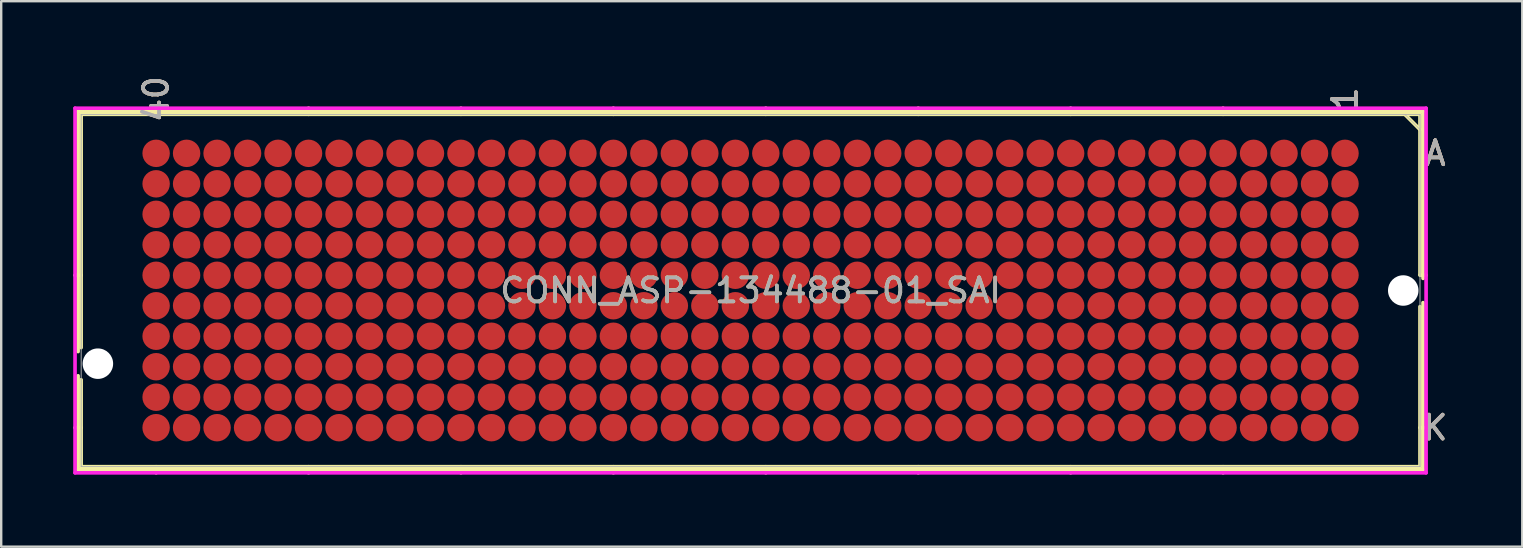
<source format=kicad_pcb>
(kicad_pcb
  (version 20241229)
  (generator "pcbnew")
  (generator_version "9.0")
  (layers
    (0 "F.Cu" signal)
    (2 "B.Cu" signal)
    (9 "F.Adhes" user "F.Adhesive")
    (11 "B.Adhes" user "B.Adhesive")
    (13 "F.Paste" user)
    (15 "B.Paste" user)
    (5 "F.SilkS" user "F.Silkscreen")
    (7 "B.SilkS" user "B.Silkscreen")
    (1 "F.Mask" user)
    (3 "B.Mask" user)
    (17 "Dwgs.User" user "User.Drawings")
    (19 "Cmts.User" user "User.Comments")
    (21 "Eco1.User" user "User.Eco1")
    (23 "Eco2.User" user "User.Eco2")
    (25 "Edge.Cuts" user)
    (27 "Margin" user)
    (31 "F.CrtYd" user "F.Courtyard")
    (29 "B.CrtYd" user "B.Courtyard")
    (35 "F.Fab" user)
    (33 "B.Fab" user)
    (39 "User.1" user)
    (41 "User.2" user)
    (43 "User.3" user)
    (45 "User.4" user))
  (footprint "CONN_ASP-134488-01_SAI"
    (layer "F.Cu")
    (at 28.219 9.053)
    (property "Reference" "CONN_ASP-134488-01_SAI" (at 0 0 0) (unlocked yes) (layer "F.SilkS") (effects (font (size 1 1) (thickness 0.15))))
    (attr smd)
    (fp_line (start -28.016 -7.468) (end -28.016 2.543) (stroke (width 0.152) (type solid)) (layer "F.SilkS"))
    (fp_line (start -28.016 3.553) (end -28.016 7.468) (stroke (width 0.152) (type solid)) (layer "F.SilkS"))
    (fp_line (start -28.016 7.468) (end 28.016 7.468) (stroke (width 0.152) (type solid)) (layer "F.SilkS"))
    (fp_line (start -27.889 -7.341) (end -27.889 2.378) (stroke (width 0.152) (type solid)) (layer "F.SilkS"))
    (fp_line (start -27.889 -0.635) (end -28.143 -0.635) (stroke (width 0.152) (type solid)) (layer "F.SilkS"))
    (fp_line (start -27.889 3.718) (end -27.889 7.341) (stroke (width 0.152) (type solid)) (layer "F.SilkS"))
    (fp_line (start -27.889 5.715) (end -28.143 5.715) (stroke (width 0.152) (type solid)) (layer "F.SilkS"))
    (fp_line (start -24.765 -7.341) (end -24.765 -7.595) (stroke (width 0.152) (type solid)) (layer "F.SilkS"))
    (fp_line (start -24.765 7.341) (end -24.765 7.595) (stroke (width 0.152) (type solid)) (layer "F.SilkS"))
    (fp_line (start -18.415 -7.341) (end -18.415 -7.595) (stroke (width 0.152) (type solid)) (layer "F.SilkS"))
    (fp_line (start -18.415 7.341) (end -18.415 7.595) (stroke (width 0.152) (type solid)) (layer "F.SilkS"))
    (fp_line (start -12.065 -7.341) (end -12.065 -7.595) (stroke (width 0.152) (type solid)) (layer "F.SilkS"))
    (fp_line (start -12.065 7.341) (end -12.065 7.595) (stroke (width 0.152) (type solid)) (layer "F.SilkS"))
    (fp_line (start -5.715 -7.341) (end -5.715 -7.595) (stroke (width 0.152) (type solid)) (layer "F.SilkS"))
    (fp_line (start -5.715 7.341) (end -5.715 7.595) (stroke (width 0.152) (type solid)) (layer "F.SilkS"))
    (fp_line (start 0.635 -7.341) (end 0.635 -7.595) (stroke (width 0.152) (type solid)) (layer "F.SilkS"))
    (fp_line (start 0.635 7.341) (end 0.635 7.595) (stroke (width 0.152) (type solid)) (layer "F.SilkS"))
    (fp_line (start 6.985 -7.341) (end 6.985 -7.595) (stroke (width 0.152) (type solid)) (layer "F.SilkS"))
    (fp_line (start 6.985 7.341) (end 6.985 7.595) (stroke (width 0.152) (type solid)) (layer "F.SilkS"))
    (fp_line (start 13.335 -7.341) (end 13.335 -7.595) (stroke (width 0.152) (type solid)) (layer "F.SilkS"))
    (fp_line (start 13.335 7.341) (end 13.335 7.595) (stroke (width 0.152) (type solid)) (layer "F.SilkS"))
    (fp_line (start 19.685 -7.341) (end 19.685 -7.595) (stroke (width 0.152) (type solid)) (layer "F.SilkS"))
    (fp_line (start 19.685 7.341) (end 19.685 7.595) (stroke (width 0.152) (type solid)) (layer "F.SilkS"))
    (fp_line (start 27.889 -7.341) (end -27.889 -7.341) (stroke (width 0.152) (type solid)) (layer "F.SilkS"))
    (fp_line (start 27.889 -7.341) (end 27.889 -0.67) (stroke (width 0.152) (type solid)) (layer "F.SilkS"))
    (fp_line (start 27.889 -6.706) (end 27.254 -7.341) (stroke (width 0.152) (type solid)) (layer "F.SilkS"))
    (fp_line (start 27.889 -0.635) (end 28.143 -0.635) (stroke (width 0.152) (type solid)) (layer "F.SilkS"))
    (fp_line (start 27.889 0.67) (end 27.889 7.341) (stroke (width 0.152) (type solid)) (layer "F.SilkS"))
    (fp_line (start 27.889 5.715) (end 28.143 5.715) (stroke (width 0.152) (type solid)) (layer "F.SilkS"))
    (fp_line (start 27.889 7.341) (end -27.889 7.341) (stroke (width 0.152) (type solid)) (layer "F.SilkS"))
    (fp_line (start 28.016 -7.468) (end -28.016 -7.468) (stroke (width 0.152) (type solid)) (layer "F.SilkS"))
    (fp_line (start 28.016 -0.505) (end 28.016 -7.468) (stroke (width 0.152) (type solid)) (layer "F.SilkS"))
    (fp_line (start 28.016 7.468) (end 28.016 0.505) (stroke (width 0.152) (type solid)) (layer "F.SilkS"))
    (fp_poly (pts (xy -25.908 -6.858) (xy 25.908 -6.858) (xy 25.908 6.858) (xy -25.908 6.858)) (stroke (width 0.1) (type solid)) (fill no) (layer "Eco2.User"))
    (fp_line (start -28.143 -7.595) (end 28.143 -7.595) (stroke (width 0.152) (type solid)) (layer "F.CrtYd"))
    (fp_line (start -28.143 7.595) (end -28.143 -7.595) (stroke (width 0.152) (type solid)) (layer "F.CrtYd"))
    (fp_line (start 28.143 -7.595) (end 28.143 7.595) (stroke (width 0.152) (type solid)) (layer "F.CrtYd"))
    (fp_line (start 28.143 7.595) (end -28.143 7.595) (stroke (width 0.152) (type solid)) (layer "F.CrtYd"))
    (fp_line (start -27.889 -7.341) (end -27.889 7.341) (stroke (width 0.025) (type solid)) (layer "F.Fab"))
    (fp_line (start -27.889 -7.341) (end -27.889 7.341) (stroke (width 0.025) (type solid)) (layer "F.Fab"))
    (fp_line (start -27.889 7.341) (end 27.889 7.341) (stroke (width 0.025) (type solid)) (layer "F.Fab"))
    (fp_line (start 27.889 -7.341) (end -27.889 -7.341) (stroke (width 0.025) (type solid)) (layer "F.Fab"))
    (fp_line (start 27.889 -7.341) (end -27.889 -7.341) (stroke (width 0.025) (type solid)) (layer "F.Fab"))
    (fp_line (start 27.889 -7.341) (end 27.889 7.341) (stroke (width 0.025) (type solid)) (layer "F.Fab"))
    (fp_line (start 27.889 -6.706) (end 27.254 -7.341) (stroke (width 0.025) (type solid)) (layer "F.Fab"))
    (fp_line (start 27.889 7.341) (end -27.889 7.341) (stroke (width 0.025) (type solid)) (layer "F.Fab"))
    (fp_line (start 27.889 7.341) (end 27.889 -7.341) (stroke (width 0.025) (type solid)) (layer "F.Fab"))
    (fp_text user "40" (at -24.765 -7.976 90) (unlocked yes) (layer "F.SilkS") (effects (font (size 1 1) (thickness 0.15))))
    (fp_text user "1" (at 24.765 -7.976 90) (unlocked yes) (layer "F.SilkS") (effects (font (size 1 1) (thickness 0.15))))
    (fp_text user "K" (at 28.524 5.715 0) (unlocked yes) (layer "F.SilkS") (effects (font (size 1 1) (thickness 0.15))))
    (fp_text user "A" (at 28.524 -5.715 0) (unlocked yes) (layer "F.SilkS") (effects (font (size 1 1) (thickness 0.15))))
    (fp_text user "K" (at 28.524 5.715 0) (unlocked yes) (layer "B.SilkS") (effects (font (size 1 1) (thickness 0.15))))
    (fp_text user "40" (at -24.765 -7.976 90) (unlocked yes) (layer "B.SilkS") (effects (font (size 1 1) (thickness 0.15))))
    (fp_text user "A" (at 28.524 -5.715 0) (unlocked yes) (layer "B.SilkS") (effects (font (size 1 1) (thickness 0.15))))
    (fp_text user "1" (at 24.765 -7.976 90) (unlocked yes) (layer "B.SilkS") (effects (font (size 1 1) (thickness 0.15))))
    (fp_text user "A" (at 28.524 -5.715 0) (unlocked yes) (layer "F.Fab") (effects (font (size 1 1) (thickness 0.15))))
    (fp_text user "1" (at 24.765 -7.976 90) (unlocked yes) (layer "F.Fab") (effects (font (size 1 1) (thickness 0.15))))
    (fp_text user "40" (at -24.765 -7.976 90) (unlocked yes) (layer "F.Fab") (effects (font (size 1 1) (thickness 0.15))))
    (fp_text user "${REFERENCE}" (at 0 0 0) (unlocked yes) (layer "F.Fab") (effects (font (size 1 1) (thickness 0.15))))
    (fp_text user "K" (at 28.524 5.715 0) (unlocked yes) (layer "F.Fab") (effects (font (size 1 1) (thickness 0.15))))
    (pad "" np_thru_hole circle (at -27.191 3.048) (size 1.27 1.27) (drill 1.27) (layers "*.Cu" "*.Mask"))
    (pad "" np_thru_hole circle (at 27.191 0) (size 1.27 1.27) (drill 1.27) (layers "*.Cu" "*.Mask"))
    (pad "A1" smd circle (at 24.765 -5.715) (size 1.143 1.143) (layers "F.Cu" "F.Mask" "F.Paste"))
    (pad "A2" smd circle (at 23.495 -5.715) (size 1.143 1.143) (layers "F.Cu" "F.Mask" "F.Paste"))
    (pad "A3" smd circle (at 22.225 -5.715) (size 1.143 1.143) (layers "F.Cu" "F.Mask" "F.Paste"))
    (pad "A4" smd circle (at 20.955 -5.715) (size 1.143 1.143) (layers "F.Cu" "F.Mask" "F.Paste"))
    (pad "A5" smd circle (at 19.685 -5.715) (size 1.143 1.143) (layers "F.Cu" "F.Mask" "F.Paste"))
    (pad "A6" smd circle (at 18.415 -5.715) (size 1.143 1.143) (layers "F.Cu" "F.Mask" "F.Paste"))
    (pad "A7" smd circle (at 17.145 -5.715) (size 1.143 1.143) (layers "F.Cu" "F.Mask" "F.Paste"))
    (pad "A8" smd circle (at 15.875 -5.715) (size 1.143 1.143) (layers "F.Cu" "F.Mask" "F.Paste"))
    (pad "A9" smd circle (at 14.605 -5.715) (size 1.143 1.143) (layers "F.Cu" "F.Mask" "F.Paste"))
    (pad "A10" smd circle (at 13.335 -5.715) (size 1.143 1.143) (layers "F.Cu" "F.Mask" "F.Paste"))
    (pad "A11" smd circle (at 12.065 -5.715) (size 1.143 1.143) (layers "F.Cu" "F.Mask" "F.Paste"))
    (pad "A12" smd circle (at 10.795 -5.715) (size 1.143 1.143) (layers "F.Cu" "F.Mask" "F.Paste"))
    (pad "A13" smd circle (at 9.525 -5.715) (size 1.143 1.143) (layers "F.Cu" "F.Mask" "F.Paste"))
    (pad "A14" smd circle (at 8.255 -5.715) (size 1.143 1.143) (layers "F.Cu" "F.Mask" "F.Paste"))
    (pad "A15" smd circle (at 6.985 -5.715) (size 1.143 1.143) (layers "F.Cu" "F.Mask" "F.Paste"))
    (pad "A16" smd circle (at 5.715 -5.715) (size 1.143 1.143) (layers "F.Cu" "F.Mask" "F.Paste"))
    (pad "A17" smd circle (at 4.445 -5.715) (size 1.143 1.143) (layers "F.Cu" "F.Mask" "F.Paste"))
    (pad "A18" smd circle (at 3.175 -5.715) (size 1.143 1.143) (layers "F.Cu" "F.Mask" "F.Paste"))
    (pad "A19" smd circle (at 1.905 -5.715) (size 1.143 1.143) (layers "F.Cu" "F.Mask" "F.Paste"))
    (pad "A20" smd circle (at 0.635 -5.715) (size 1.143 1.143) (layers "F.Cu" "F.Mask" "F.Paste"))
    (pad "A21" smd circle (at -0.635 -5.715) (size 1.143 1.143) (layers "F.Cu" "F.Mask" "F.Paste"))
    (pad "A22" smd circle (at -1.905 -5.715) (size 1.143 1.143) (layers "F.Cu" "F.Mask" "F.Paste"))
    (pad "A23" smd circle (at -3.175 -5.715) (size 1.143 1.143) (layers "F.Cu" "F.Mask" "F.Paste"))
    (pad "A24" smd circle (at -4.445 -5.715) (size 1.143 1.143) (layers "F.Cu" "F.Mask" "F.Paste"))
    (pad "A25" smd circle (at -5.715 -5.715) (size 1.143 1.143) (layers "F.Cu" "F.Mask" "F.Paste"))
    (pad "A26" smd circle (at -6.985 -5.715) (size 1.143 1.143) (layers "F.Cu" "F.Mask" "F.Paste"))
    (pad "A27" smd circle (at -8.255 -5.715) (size 1.143 1.143) (layers "F.Cu" "F.Mask" "F.Paste"))
    (pad "A28" smd circle (at -9.525 -5.715) (size 1.143 1.143) (layers "F.Cu" "F.Mask" "F.Paste"))
    (pad "A29" smd circle (at -10.795 -5.715) (size 1.143 1.143) (layers "F.Cu" "F.Mask" "F.Paste"))
    (pad "A30" smd circle (at -12.065 -5.715) (size 1.143 1.143) (layers "F.Cu" "F.Mask" "F.Paste"))
    (pad "A31" smd circle (at -13.335 -5.715) (size 1.143 1.143) (layers "F.Cu" "F.Mask" "F.Paste"))
    (pad "A32" smd circle (at -14.605 -5.715) (size 1.143 1.143) (layers "F.Cu" "F.Mask" "F.Paste"))
    (pad "A33" smd circle (at -15.875 -5.715) (size 1.143 1.143) (layers "F.Cu" "F.Mask" "F.Paste"))
    (pad "A34" smd circle (at -17.145 -5.715) (size 1.143 1.143) (layers "F.Cu" "F.Mask" "F.Paste"))
    (pad "A35" smd circle (at -18.415 -5.715) (size 1.143 1.143) (layers "F.Cu" "F.Mask" "F.Paste"))
    (pad "A36" smd circle (at -19.685 -5.715) (size 1.143 1.143) (layers "F.Cu" "F.Mask" "F.Paste"))
    (pad "A37" smd circle (at -20.955 -5.715) (size 1.143 1.143) (layers "F.Cu" "F.Mask" "F.Paste"))
    (pad "A38" smd circle (at -22.225 -5.715) (size 1.143 1.143) (layers "F.Cu" "F.Mask" "F.Paste"))
    (pad "A39" smd circle (at -23.495 -5.715) (size 1.143 1.143) (layers "F.Cu" "F.Mask" "F.Paste"))
    (pad "A40" smd circle (at -24.765 -5.715) (size 1.143 1.143) (layers "F.Cu" "F.Mask" "F.Paste"))
    (pad "B1" smd circle (at 24.765 -4.445) (size 1.143 1.143) (layers "F.Cu" "F.Mask" "F.Paste"))
    (pad "B2" smd circle (at 23.495 -4.445) (size 1.143 1.143) (layers "F.Cu" "F.Mask" "F.Paste"))
    (pad "B3" smd circle (at 22.225 -4.445) (size 1.143 1.143) (layers "F.Cu" "F.Mask" "F.Paste"))
    (pad "B4" smd circle (at 20.955 -4.445) (size 1.143 1.143) (layers "F.Cu" "F.Mask" "F.Paste"))
    (pad "B5" smd circle (at 19.685 -4.445) (size 1.143 1.143) (layers "F.Cu" "F.Mask" "F.Paste"))
    (pad "B6" smd circle (at 18.415 -4.445) (size 1.143 1.143) (layers "F.Cu" "F.Mask" "F.Paste"))
    (pad "B7" smd circle (at 17.145 -4.445) (size 1.143 1.143) (layers "F.Cu" "F.Mask" "F.Paste"))
    (pad "B8" smd circle (at 15.875 -4.445) (size 1.143 1.143) (layers "F.Cu" "F.Mask" "F.Paste"))
    (pad "B9" smd circle (at 14.605 -4.445) (size 1.143 1.143) (layers "F.Cu" "F.Mask" "F.Paste"))
    (pad "B10" smd circle (at 13.335 -4.445) (size 1.143 1.143) (layers "F.Cu" "F.Mask" "F.Paste"))
    (pad "B11" smd circle (at 12.065 -4.445) (size 1.143 1.143) (layers "F.Cu" "F.Mask" "F.Paste"))
    (pad "B12" smd circle (at 10.795 -4.445) (size 1.143 1.143) (layers "F.Cu" "F.Mask" "F.Paste"))
    (pad "B13" smd circle (at 9.525 -4.445) (size 1.143 1.143) (layers "F.Cu" "F.Mask" "F.Paste"))
    (pad "B14" smd circle (at 8.255 -4.445) (size 1.143 1.143) (layers "F.Cu" "F.Mask" "F.Paste"))
    (pad "B15" smd circle (at 6.985 -4.445) (size 1.143 1.143) (layers "F.Cu" "F.Mask" "F.Paste"))
    (pad "B16" smd circle (at 5.715 -4.445) (size 1.143 1.143) (layers "F.Cu" "F.Mask" "F.Paste"))
    (pad "B17" smd circle (at 4.445 -4.445) (size 1.143 1.143) (layers "F.Cu" "F.Mask" "F.Paste"))
    (pad "B18" smd circle (at 3.175 -4.445) (size 1.143 1.143) (layers "F.Cu" "F.Mask" "F.Paste"))
    (pad "B19" smd circle (at 1.905 -4.445) (size 1.143 1.143) (layers "F.Cu" "F.Mask" "F.Paste"))
    (pad "B20" smd circle (at 0.635 -4.445) (size 1.143 1.143) (layers "F.Cu" "F.Mask" "F.Paste"))
    (pad "B21" smd circle (at -0.635 -4.445) (size 1.143 1.143) (layers "F.Cu" "F.Mask" "F.Paste"))
    (pad "B22" smd circle (at -1.905 -4.445) (size 1.143 1.143) (layers "F.Cu" "F.Mask" "F.Paste"))
    (pad "B23" smd circle (at -3.175 -4.445) (size 1.143 1.143) (layers "F.Cu" "F.Mask" "F.Paste"))
    (pad "B24" smd circle (at -4.445 -4.445) (size 1.143 1.143) (layers "F.Cu" "F.Mask" "F.Paste"))
    (pad "B25" smd circle (at -5.715 -4.445) (size 1.143 1.143) (layers "F.Cu" "F.Mask" "F.Paste"))
    (pad "B26" smd circle (at -6.985 -4.445) (size 1.143 1.143) (layers "F.Cu" "F.Mask" "F.Paste"))
    (pad "B27" smd circle (at -8.255 -4.445) (size 1.143 1.143) (layers "F.Cu" "F.Mask" "F.Paste"))
    (pad "B28" smd circle (at -9.525 -4.445) (size 1.143 1.143) (layers "F.Cu" "F.Mask" "F.Paste"))
    (pad "B29" smd circle (at -10.795 -4.445) (size 1.143 1.143) (layers "F.Cu" "F.Mask" "F.Paste"))
    (pad "B30" smd circle (at -12.065 -4.445) (size 1.143 1.143) (layers "F.Cu" "F.Mask" "F.Paste"))
    (pad "B31" smd circle (at -13.335 -4.445) (size 1.143 1.143) (layers "F.Cu" "F.Mask" "F.Paste"))
    (pad "B32" smd circle (at -14.605 -4.445) (size 1.143 1.143) (layers "F.Cu" "F.Mask" "F.Paste"))
    (pad "B33" smd circle (at -15.875 -4.445) (size 1.143 1.143) (layers "F.Cu" "F.Mask" "F.Paste"))
    (pad "B34" smd circle (at -17.145 -4.445) (size 1.143 1.143) (layers "F.Cu" "F.Mask" "F.Paste"))
    (pad "B35" smd circle (at -18.415 -4.445) (size 1.143 1.143) (layers "F.Cu" "F.Mask" "F.Paste"))
    (pad "B36" smd circle (at -19.685 -4.445) (size 1.143 1.143) (layers "F.Cu" "F.Mask" "F.Paste"))
    (pad "B37" smd circle (at -20.955 -4.445) (size 1.143 1.143) (layers "F.Cu" "F.Mask" "F.Paste"))
    (pad "B38" smd circle (at -22.225 -4.445) (size 1.143 1.143) (layers "F.Cu" "F.Mask" "F.Paste"))
    (pad "B39" smd circle (at -23.495 -4.445) (size 1.143 1.143) (layers "F.Cu" "F.Mask" "F.Paste"))
    (pad "B40" smd circle (at -24.765 -4.445) (size 1.143 1.143) (layers "F.Cu" "F.Mask" "F.Paste"))
    (pad "C1" smd circle (at 24.765 -3.175) (size 1.143 1.143) (layers "F.Cu" "F.Mask" "F.Paste"))
    (pad "C2" smd circle (at 23.495 -3.175) (size 1.143 1.143) (layers "F.Cu" "F.Mask" "F.Paste"))
    (pad "C3" smd circle (at 22.225 -3.175) (size 1.143 1.143) (layers "F.Cu" "F.Mask" "F.Paste"))
    (pad "C4" smd circle (at 20.955 -3.175) (size 1.143 1.143) (layers "F.Cu" "F.Mask" "F.Paste"))
    (pad "C5" smd circle (at 19.685 -3.175) (size 1.143 1.143) (layers "F.Cu" "F.Mask" "F.Paste"))
    (pad "C6" smd circle (at 18.415 -3.175) (size 1.143 1.143) (layers "F.Cu" "F.Mask" "F.Paste"))
    (pad "C7" smd circle (at 17.145 -3.175) (size 1.143 1.143) (layers "F.Cu" "F.Mask" "F.Paste"))
    (pad "C8" smd circle (at 15.875 -3.175) (size 1.143 1.143) (layers "F.Cu" "F.Mask" "F.Paste"))
    (pad "C9" smd circle (at 14.605 -3.175) (size 1.143 1.143) (layers "F.Cu" "F.Mask" "F.Paste"))
    (pad "C10" smd circle (at 13.335 -3.175) (size 1.143 1.143) (layers "F.Cu" "F.Mask" "F.Paste"))
    (pad "C11" smd circle (at 12.065 -3.175) (size 1.143 1.143) (layers "F.Cu" "F.Mask" "F.Paste"))
    (pad "C12" smd circle (at 10.795 -3.175) (size 1.143 1.143) (layers "F.Cu" "F.Mask" "F.Paste"))
    (pad "C13" smd circle (at 9.525 -3.175) (size 1.143 1.143) (layers "F.Cu" "F.Mask" "F.Paste"))
    (pad "C14" smd circle (at 8.255 -3.175) (size 1.143 1.143) (layers "F.Cu" "F.Mask" "F.Paste"))
    (pad "C15" smd circle (at 6.985 -3.175) (size 1.143 1.143) (layers "F.Cu" "F.Mask" "F.Paste"))
    (pad "C16" smd circle (at 5.715 -3.175) (size 1.143 1.143) (layers "F.Cu" "F.Mask" "F.Paste"))
    (pad "C17" smd circle (at 4.445 -3.175) (size 1.143 1.143) (layers "F.Cu" "F.Mask" "F.Paste"))
    (pad "C18" smd circle (at 3.175 -3.175) (size 1.143 1.143) (layers "F.Cu" "F.Mask" "F.Paste"))
    (pad "C19" smd circle (at 1.905 -3.175) (size 1.143 1.143) (layers "F.Cu" "F.Mask" "F.Paste"))
    (pad "C20" smd circle (at 0.635 -3.175) (size 1.143 1.143) (layers "F.Cu" "F.Mask" "F.Paste"))
    (pad "C21" smd circle (at -0.635 -3.175) (size 1.143 1.143) (layers "F.Cu" "F.Mask" "F.Paste"))
    (pad "C22" smd circle (at -1.905 -3.175) (size 1.143 1.143) (layers "F.Cu" "F.Mask" "F.Paste"))
    (pad "C23" smd circle (at -3.175 -3.175) (size 1.143 1.143) (layers "F.Cu" "F.Mask" "F.Paste"))
    (pad "C24" smd circle (at -4.445 -3.175) (size 1.143 1.143) (layers "F.Cu" "F.Mask" "F.Paste"))
    (pad "C25" smd circle (at -5.715 -3.175) (size 1.143 1.143) (layers "F.Cu" "F.Mask" "F.Paste"))
    (pad "C26" smd circle (at -6.985 -3.175) (size 1.143 1.143) (layers "F.Cu" "F.Mask" "F.Paste"))
    (pad "C27" smd circle (at -8.255 -3.175) (size 1.143 1.143) (layers "F.Cu" "F.Mask" "F.Paste"))
    (pad "C28" smd circle (at -9.525 -3.175) (size 1.143 1.143) (layers "F.Cu" "F.Mask" "F.Paste"))
    (pad "C29" smd circle (at -10.795 -3.175) (size 1.143 1.143) (layers "F.Cu" "F.Mask" "F.Paste"))
    (pad "C30" smd circle (at -12.065 -3.175) (size 1.143 1.143) (layers "F.Cu" "F.Mask" "F.Paste"))
    (pad "C31" smd circle (at -13.335 -3.175) (size 1.143 1.143) (layers "F.Cu" "F.Mask" "F.Paste"))
    (pad "C32" smd circle (at -14.605 -3.175) (size 1.143 1.143) (layers "F.Cu" "F.Mask" "F.Paste"))
    (pad "C33" smd circle (at -15.875 -3.175) (size 1.143 1.143) (layers "F.Cu" "F.Mask" "F.Paste"))
    (pad "C34" smd circle (at -17.145 -3.175) (size 1.143 1.143) (layers "F.Cu" "F.Mask" "F.Paste"))
    (pad "C35" smd circle (at -18.415 -3.175) (size 1.143 1.143) (layers "F.Cu" "F.Mask" "F.Paste"))
    (pad "C36" smd circle (at -19.685 -3.175) (size 1.143 1.143) (layers "F.Cu" "F.Mask" "F.Paste"))
    (pad "C37" smd circle (at -20.955 -3.175) (size 1.143 1.143) (layers "F.Cu" "F.Mask" "F.Paste"))
    (pad "C38" smd circle (at -22.225 -3.175) (size 1.143 1.143) (layers "F.Cu" "F.Mask" "F.Paste"))
    (pad "C39" smd circle (at -23.495 -3.175) (size 1.143 1.143) (layers "F.Cu" "F.Mask" "F.Paste"))
    (pad "C40" smd circle (at -24.765 -3.175) (size 1.143 1.143) (layers "F.Cu" "F.Mask" "F.Paste"))
    (pad "D1" smd circle (at 24.765 -1.905) (size 1.143 1.143) (layers "F.Cu" "F.Mask" "F.Paste"))
    (pad "D2" smd circle (at 23.495 -1.905) (size 1.143 1.143) (layers "F.Cu" "F.Mask" "F.Paste"))
    (pad "D3" smd circle (at 22.225 -1.905) (size 1.143 1.143) (layers "F.Cu" "F.Mask" "F.Paste"))
    (pad "D4" smd circle (at 20.955 -1.905) (size 1.143 1.143) (layers "F.Cu" "F.Mask" "F.Paste"))
    (pad "D5" smd circle (at 19.685 -1.905) (size 1.143 1.143) (layers "F.Cu" "F.Mask" "F.Paste"))
    (pad "D6" smd circle (at 18.415 -1.905) (size 1.143 1.143) (layers "F.Cu" "F.Mask" "F.Paste"))
    (pad "D7" smd circle (at 17.145 -1.905) (size 1.143 1.143) (layers "F.Cu" "F.Mask" "F.Paste"))
    (pad "D8" smd circle (at 15.875 -1.905) (size 1.143 1.143) (layers "F.Cu" "F.Mask" "F.Paste"))
    (pad "D9" smd circle (at 14.605 -1.905) (size 1.143 1.143) (layers "F.Cu" "F.Mask" "F.Paste"))
    (pad "D10" smd circle (at 13.335 -1.905) (size 1.143 1.143) (layers "F.Cu" "F.Mask" "F.Paste"))
    (pad "D11" smd circle (at 12.065 -1.905) (size 1.143 1.143) (layers "F.Cu" "F.Mask" "F.Paste"))
    (pad "D12" smd circle (at 10.795 -1.905) (size 1.143 1.143) (layers "F.Cu" "F.Mask" "F.Paste"))
    (pad "D13" smd circle (at 9.525 -1.905) (size 1.143 1.143) (layers "F.Cu" "F.Mask" "F.Paste"))
    (pad "D14" smd circle (at 8.255 -1.905) (size 1.143 1.143) (layers "F.Cu" "F.Mask" "F.Paste"))
    (pad "D15" smd circle (at 6.985 -1.905) (size 1.143 1.143) (layers "F.Cu" "F.Mask" "F.Paste"))
    (pad "D16" smd circle (at 5.715 -1.905) (size 1.143 1.143) (layers "F.Cu" "F.Mask" "F.Paste"))
    (pad "D17" smd circle (at 4.445 -1.905) (size 1.143 1.143) (layers "F.Cu" "F.Mask" "F.Paste"))
    (pad "D18" smd circle (at 3.175 -1.905) (size 1.143 1.143) (layers "F.Cu" "F.Mask" "F.Paste"))
    (pad "D19" smd circle (at 1.905 -1.905) (size 1.143 1.143) (layers "F.Cu" "F.Mask" "F.Paste"))
    (pad "D20" smd circle (at 0.635 -1.905) (size 1.143 1.143) (layers "F.Cu" "F.Mask" "F.Paste"))
    (pad "D21" smd circle (at -0.635 -1.905) (size 1.143 1.143) (layers "F.Cu" "F.Mask" "F.Paste"))
    (pad "D22" smd circle (at -1.905 -1.905) (size 1.143 1.143) (layers "F.Cu" "F.Mask" "F.Paste"))
    (pad "D23" smd circle (at -3.175 -1.905) (size 1.143 1.143) (layers "F.Cu" "F.Mask" "F.Paste"))
    (pad "D24" smd circle (at -4.445 -1.905) (size 1.143 1.143) (layers "F.Cu" "F.Mask" "F.Paste"))
    (pad "D25" smd circle (at -5.715 -1.905) (size 1.143 1.143) (layers "F.Cu" "F.Mask" "F.Paste"))
    (pad "D26" smd circle (at -6.985 -1.905) (size 1.143 1.143) (layers "F.Cu" "F.Mask" "F.Paste"))
    (pad "D27" smd circle (at -8.255 -1.905) (size 1.143 1.143) (layers "F.Cu" "F.Mask" "F.Paste"))
    (pad "D28" smd circle (at -9.525 -1.905) (size 1.143 1.143) (layers "F.Cu" "F.Mask" "F.Paste"))
    (pad "D29" smd circle (at -10.795 -1.905) (size 1.143 1.143) (layers "F.Cu" "F.Mask" "F.Paste"))
    (pad "D30" smd circle (at -12.065 -1.905) (size 1.143 1.143) (layers "F.Cu" "F.Mask" "F.Paste"))
    (pad "D31" smd circle (at -13.335 -1.905) (size 1.143 1.143) (layers "F.Cu" "F.Mask" "F.Paste"))
    (pad "D32" smd circle (at -14.605 -1.905) (size 1.143 1.143) (layers "F.Cu" "F.Mask" "F.Paste"))
    (pad "D33" smd circle (at -15.875 -1.905) (size 1.143 1.143) (layers "F.Cu" "F.Mask" "F.Paste"))
    (pad "D34" smd circle (at -17.145 -1.905) (size 1.143 1.143) (layers "F.Cu" "F.Mask" "F.Paste"))
    (pad "D35" smd circle (at -18.415 -1.905) (size 1.143 1.143) (layers "F.Cu" "F.Mask" "F.Paste"))
    (pad "D36" smd circle (at -19.685 -1.905) (size 1.143 1.143) (layers "F.Cu" "F.Mask" "F.Paste"))
    (pad "D37" smd circle (at -20.955 -1.905) (size 1.143 1.143) (layers "F.Cu" "F.Mask" "F.Paste"))
    (pad "D38" smd circle (at -22.225 -1.905) (size 1.143 1.143) (layers "F.Cu" "F.Mask" "F.Paste"))
    (pad "D39" smd circle (at -23.495 -1.905) (size 1.143 1.143) (layers "F.Cu" "F.Mask" "F.Paste"))
    (pad "D40" smd circle (at -24.765 -1.905) (size 1.143 1.143) (layers "F.Cu" "F.Mask" "F.Paste"))
    (pad "E1" smd circle (at 24.765 -0.635) (size 1.143 1.143) (layers "F.Cu" "F.Mask" "F.Paste"))
    (pad "E2" smd circle (at 23.495 -0.635) (size 1.143 1.143) (layers "F.Cu" "F.Mask" "F.Paste"))
    (pad "E3" smd circle (at 22.225 -0.635) (size 1.143 1.143) (layers "F.Cu" "F.Mask" "F.Paste"))
    (pad "E4" smd circle (at 20.955 -0.635) (size 1.143 1.143) (layers "F.Cu" "F.Mask" "F.Paste"))
    (pad "E5" smd circle (at 19.685 -0.635) (size 1.143 1.143) (layers "F.Cu" "F.Mask" "F.Paste"))
    (pad "E6" smd circle (at 18.415 -0.635) (size 1.143 1.143) (layers "F.Cu" "F.Mask" "F.Paste"))
    (pad "E7" smd circle (at 17.145 -0.635) (size 1.143 1.143) (layers "F.Cu" "F.Mask" "F.Paste"))
    (pad "E8" smd circle (at 15.875 -0.635) (size 1.143 1.143) (layers "F.Cu" "F.Mask" "F.Paste"))
    (pad "E9" smd circle (at 14.605 -0.635) (size 1.143 1.143) (layers "F.Cu" "F.Mask" "F.Paste"))
    (pad "E10" smd circle (at 13.335 -0.635) (size 1.143 1.143) (layers "F.Cu" "F.Mask" "F.Paste"))
    (pad "E11" smd circle (at 12.065 -0.635) (size 1.143 1.143) (layers "F.Cu" "F.Mask" "F.Paste"))
    (pad "E12" smd circle (at 10.795 -0.635) (size 1.143 1.143) (layers "F.Cu" "F.Mask" "F.Paste"))
    (pad "E13" smd circle (at 9.525 -0.635) (size 1.143 1.143) (layers "F.Cu" "F.Mask" "F.Paste"))
    (pad "E14" smd circle (at 8.255 -0.635) (size 1.143 1.143) (layers "F.Cu" "F.Mask" "F.Paste"))
    (pad "E15" smd circle (at 6.985 -0.635) (size 1.143 1.143) (layers "F.Cu" "F.Mask" "F.Paste"))
    (pad "E16" smd circle (at 5.715 -0.635) (size 1.143 1.143) (layers "F.Cu" "F.Mask" "F.Paste"))
    (pad "E17" smd circle (at 4.445 -0.635) (size 1.143 1.143) (layers "F.Cu" "F.Mask" "F.Paste"))
    (pad "E18" smd circle (at 3.175 -0.635) (size 1.143 1.143) (layers "F.Cu" "F.Mask" "F.Paste"))
    (pad "E19" smd circle (at 1.905 -0.635) (size 1.143 1.143) (layers "F.Cu" "F.Mask" "F.Paste"))
    (pad "E20" smd circle (at 0.635 -0.635) (size 1.143 1.143) (layers "F.Cu" "F.Mask" "F.Paste"))
    (pad "E21" smd circle (at -0.635 -0.635) (size 1.143 1.143) (layers "F.Cu" "F.Mask" "F.Paste"))
    (pad "E22" smd circle (at -1.905 -0.635) (size 1.143 1.143) (layers "F.Cu" "F.Mask" "F.Paste"))
    (pad "E23" smd circle (at -3.175 -0.635) (size 1.143 1.143) (layers "F.Cu" "F.Mask" "F.Paste"))
    (pad "E24" smd circle (at -4.445 -0.635) (size 1.143 1.143) (layers "F.Cu" "F.Mask" "F.Paste"))
    (pad "E25" smd circle (at -5.715 -0.635) (size 1.143 1.143) (layers "F.Cu" "F.Mask" "F.Paste"))
    (pad "E26" smd circle (at -6.985 -0.635) (size 1.143 1.143) (layers "F.Cu" "F.Mask" "F.Paste"))
    (pad "E27" smd circle (at -8.255 -0.635) (size 1.143 1.143) (layers "F.Cu" "F.Mask" "F.Paste"))
    (pad "E28" smd circle (at -9.525 -0.635) (size 1.143 1.143) (layers "F.Cu" "F.Mask" "F.Paste"))
    (pad "E29" smd circle (at -10.795 -0.635) (size 1.143 1.143) (layers "F.Cu" "F.Mask" "F.Paste"))
    (pad "E30" smd circle (at -12.065 -0.635) (size 1.143 1.143) (layers "F.Cu" "F.Mask" "F.Paste"))
    (pad "E31" smd circle (at -13.335 -0.635) (size 1.143 1.143) (layers "F.Cu" "F.Mask" "F.Paste"))
    (pad "E32" smd circle (at -14.605 -0.635) (size 1.143 1.143) (layers "F.Cu" "F.Mask" "F.Paste"))
    (pad "E33" smd circle (at -15.875 -0.635) (size 1.143 1.143) (layers "F.Cu" "F.Mask" "F.Paste"))
    (pad "E34" smd circle (at -17.145 -0.635) (size 1.143 1.143) (layers "F.Cu" "F.Mask" "F.Paste"))
    (pad "E35" smd circle (at -18.415 -0.635) (size 1.143 1.143) (layers "F.Cu" "F.Mask" "F.Paste"))
    (pad "E36" smd circle (at -19.685 -0.635) (size 1.143 1.143) (layers "F.Cu" "F.Mask" "F.Paste"))
    (pad "E37" smd circle (at -20.955 -0.635) (size 1.143 1.143) (layers "F.Cu" "F.Mask" "F.Paste"))
    (pad "E38" smd circle (at -22.225 -0.635) (size 1.143 1.143) (layers "F.Cu" "F.Mask" "F.Paste"))
    (pad "E39" smd circle (at -23.495 -0.635) (size 1.143 1.143) (layers "F.Cu" "F.Mask" "F.Paste"))
    (pad "E40" smd circle (at -24.765 -0.635) (size 1.143 1.143) (layers "F.Cu" "F.Mask" "F.Paste"))
    (pad "F1" smd circle (at 24.765 0.635) (size 1.143 1.143) (layers "F.Cu" "F.Mask" "F.Paste"))
    (pad "F2" smd circle (at 23.495 0.635) (size 1.143 1.143) (layers "F.Cu" "F.Mask" "F.Paste"))
    (pad "F3" smd circle (at 22.225 0.635) (size 1.143 1.143) (layers "F.Cu" "F.Mask" "F.Paste"))
    (pad "F4" smd circle (at 20.955 0.635) (size 1.143 1.143) (layers "F.Cu" "F.Mask" "F.Paste"))
    (pad "F5" smd circle (at 19.685 0.635) (size 1.143 1.143) (layers "F.Cu" "F.Mask" "F.Paste"))
    (pad "F6" smd circle (at 18.415 0.635) (size 1.143 1.143) (layers "F.Cu" "F.Mask" "F.Paste"))
    (pad "F7" smd circle (at 17.145 0.635) (size 1.143 1.143) (layers "F.Cu" "F.Mask" "F.Paste"))
    (pad "F8" smd circle (at 15.875 0.635) (size 1.143 1.143) (layers "F.Cu" "F.Mask" "F.Paste"))
    (pad "F9" smd circle (at 14.605 0.635) (size 1.143 1.143) (layers "F.Cu" "F.Mask" "F.Paste"))
    (pad "F10" smd circle (at 13.335 0.635) (size 1.143 1.143) (layers "F.Cu" "F.Mask" "F.Paste"))
    (pad "F11" smd circle (at 12.065 0.635) (size 1.143 1.143) (layers "F.Cu" "F.Mask" "F.Paste"))
    (pad "F12" smd circle (at 10.795 0.635) (size 1.143 1.143) (layers "F.Cu" "F.Mask" "F.Paste"))
    (pad "F13" smd circle (at 9.525 0.635) (size 1.143 1.143) (layers "F.Cu" "F.Mask" "F.Paste"))
    (pad "F14" smd circle (at 8.255 0.635) (size 1.143 1.143) (layers "F.Cu" "F.Mask" "F.Paste"))
    (pad "F15" smd circle (at 6.985 0.635) (size 1.143 1.143) (layers "F.Cu" "F.Mask" "F.Paste"))
    (pad "F16" smd circle (at 5.715 0.635) (size 1.143 1.143) (layers "F.Cu" "F.Mask" "F.Paste"))
    (pad "F17" smd circle (at 4.445 0.635) (size 1.143 1.143) (layers "F.Cu" "F.Mask" "F.Paste"))
    (pad "F18" smd circle (at 3.175 0.635) (size 1.143 1.143) (layers "F.Cu" "F.Mask" "F.Paste"))
    (pad "F19" smd circle (at 1.905 0.635) (size 1.143 1.143) (layers "F.Cu" "F.Mask" "F.Paste"))
    (pad "F20" smd circle (at 0.635 0.635) (size 1.143 1.143) (layers "F.Cu" "F.Mask" "F.Paste"))
    (pad "F21" smd circle (at -0.635 0.635) (size 1.143 1.143) (layers "F.Cu" "F.Mask" "F.Paste"))
    (pad "F22" smd circle (at -1.905 0.635) (size 1.143 1.143) (layers "F.Cu" "F.Mask" "F.Paste"))
    (pad "F23" smd circle (at -3.175 0.635) (size 1.143 1.143) (layers "F.Cu" "F.Mask" "F.Paste"))
    (pad "F24" smd circle (at -4.445 0.635) (size 1.143 1.143) (layers "F.Cu" "F.Mask" "F.Paste"))
    (pad "F25" smd circle (at -5.715 0.635) (size 1.143 1.143) (layers "F.Cu" "F.Mask" "F.Paste"))
    (pad "F26" smd circle (at -6.985 0.635) (size 1.143 1.143) (layers "F.Cu" "F.Mask" "F.Paste"))
    (pad "F27" smd circle (at -8.255 0.635) (size 1.143 1.143) (layers "F.Cu" "F.Mask" "F.Paste"))
    (pad "F28" smd circle (at -9.525 0.635) (size 1.143 1.143) (layers "F.Cu" "F.Mask" "F.Paste"))
    (pad "F29" smd circle (at -10.795 0.635) (size 1.143 1.143) (layers "F.Cu" "F.Mask" "F.Paste"))
    (pad "F30" smd circle (at -12.065 0.635) (size 1.143 1.143) (layers "F.Cu" "F.Mask" "F.Paste"))
    (pad "F31" smd circle (at -13.335 0.635) (size 1.143 1.143) (layers "F.Cu" "F.Mask" "F.Paste"))
    (pad "F32" smd circle (at -14.605 0.635) (size 1.143 1.143) (layers "F.Cu" "F.Mask" "F.Paste"))
    (pad "F33" smd circle (at -15.875 0.635) (size 1.143 1.143) (layers "F.Cu" "F.Mask" "F.Paste"))
    (pad "F34" smd circle (at -17.145 0.635) (size 1.143 1.143) (layers "F.Cu" "F.Mask" "F.Paste"))
    (pad "F35" smd circle (at -18.415 0.635) (size 1.143 1.143) (layers "F.Cu" "F.Mask" "F.Paste"))
    (pad "F36" smd circle (at -19.685 0.635) (size 1.143 1.143) (layers "F.Cu" "F.Mask" "F.Paste"))
    (pad "F37" smd circle (at -20.955 0.635) (size 1.143 1.143) (layers "F.Cu" "F.Mask" "F.Paste"))
    (pad "F38" smd circle (at -22.225 0.635) (size 1.143 1.143) (layers "F.Cu" "F.Mask" "F.Paste"))
    (pad "F39" smd circle (at -23.495 0.635) (size 1.143 1.143) (layers "F.Cu" "F.Mask" "F.Paste"))
    (pad "F40" smd circle (at -24.765 0.635) (size 1.143 1.143) (layers "F.Cu" "F.Mask" "F.Paste"))
    (pad "G1" smd circle (at 24.765 1.905) (size 1.143 1.143) (layers "F.Cu" "F.Mask" "F.Paste"))
    (pad "G2" smd circle (at 23.495 1.905) (size 1.143 1.143) (layers "F.Cu" "F.Mask" "F.Paste"))
    (pad "G3" smd circle (at 22.225 1.905) (size 1.143 1.143) (layers "F.Cu" "F.Mask" "F.Paste"))
    (pad "G4" smd circle (at 20.955 1.905) (size 1.143 1.143) (layers "F.Cu" "F.Mask" "F.Paste"))
    (pad "G5" smd circle (at 19.685 1.905) (size 1.143 1.143) (layers "F.Cu" "F.Mask" "F.Paste"))
    (pad "G6" smd circle (at 18.415 1.905) (size 1.143 1.143) (layers "F.Cu" "F.Mask" "F.Paste"))
    (pad "G7" smd circle (at 17.145 1.905) (size 1.143 1.143) (layers "F.Cu" "F.Mask" "F.Paste"))
    (pad "G8" smd circle (at 15.875 1.905) (size 1.143 1.143) (layers "F.Cu" "F.Mask" "F.Paste"))
    (pad "G9" smd circle (at 14.605 1.905) (size 1.143 1.143) (layers "F.Cu" "F.Mask" "F.Paste"))
    (pad "G10" smd circle (at 13.335 1.905) (size 1.143 1.143) (layers "F.Cu" "F.Mask" "F.Paste"))
    (pad "G11" smd circle (at 12.065 1.905) (size 1.143 1.143) (layers "F.Cu" "F.Mask" "F.Paste"))
    (pad "G12" smd circle (at 10.795 1.905) (size 1.143 1.143) (layers "F.Cu" "F.Mask" "F.Paste"))
    (pad "G13" smd circle (at 9.525 1.905) (size 1.143 1.143) (layers "F.Cu" "F.Mask" "F.Paste"))
    (pad "G14" smd circle (at 8.255 1.905) (size 1.143 1.143) (layers "F.Cu" "F.Mask" "F.Paste"))
    (pad "G15" smd circle (at 6.985 1.905) (size 1.143 1.143) (layers "F.Cu" "F.Mask" "F.Paste"))
    (pad "G16" smd circle (at 5.715 1.905) (size 1.143 1.143) (layers "F.Cu" "F.Mask" "F.Paste"))
    (pad "G17" smd circle (at 4.445 1.905) (size 1.143 1.143) (layers "F.Cu" "F.Mask" "F.Paste"))
    (pad "G18" smd circle (at 3.175 1.905) (size 1.143 1.143) (layers "F.Cu" "F.Mask" "F.Paste"))
    (pad "G19" smd circle (at 1.905 1.905) (size 1.143 1.143) (layers "F.Cu" "F.Mask" "F.Paste"))
    (pad "G20" smd circle (at 0.635 1.905) (size 1.143 1.143) (layers "F.Cu" "F.Mask" "F.Paste"))
    (pad "G21" smd circle (at -0.635 1.905) (size 1.143 1.143) (layers "F.Cu" "F.Mask" "F.Paste"))
    (pad "G22" smd circle (at -1.905 1.905) (size 1.143 1.143) (layers "F.Cu" "F.Mask" "F.Paste"))
    (pad "G23" smd circle (at -3.175 1.905) (size 1.143 1.143) (layers "F.Cu" "F.Mask" "F.Paste"))
    (pad "G24" smd circle (at -4.445 1.905) (size 1.143 1.143) (layers "F.Cu" "F.Mask" "F.Paste"))
    (pad "G25" smd circle (at -5.715 1.905) (size 1.143 1.143) (layers "F.Cu" "F.Mask" "F.Paste"))
    (pad "G26" smd circle (at -6.985 1.905) (size 1.143 1.143) (layers "F.Cu" "F.Mask" "F.Paste"))
    (pad "G27" smd circle (at -8.255 1.905) (size 1.143 1.143) (layers "F.Cu" "F.Mask" "F.Paste"))
    (pad "G28" smd circle (at -9.525 1.905) (size 1.143 1.143) (layers "F.Cu" "F.Mask" "F.Paste"))
    (pad "G29" smd circle (at -10.795 1.905) (size 1.143 1.143) (layers "F.Cu" "F.Mask" "F.Paste"))
    (pad "G30" smd circle (at -12.065 1.905) (size 1.143 1.143) (layers "F.Cu" "F.Mask" "F.Paste"))
    (pad "G31" smd circle (at -13.335 1.905) (size 1.143 1.143) (layers "F.Cu" "F.Mask" "F.Paste"))
    (pad "G32" smd circle (at -14.605 1.905) (size 1.143 1.143) (layers "F.Cu" "F.Mask" "F.Paste"))
    (pad "G33" smd circle (at -15.875 1.905) (size 1.143 1.143) (layers "F.Cu" "F.Mask" "F.Paste"))
    (pad "G34" smd circle (at -17.145 1.905) (size 1.143 1.143) (layers "F.Cu" "F.Mask" "F.Paste"))
    (pad "G35" smd circle (at -18.415 1.905) (size 1.143 1.143) (layers "F.Cu" "F.Mask" "F.Paste"))
    (pad "G36" smd circle (at -19.685 1.905) (size 1.143 1.143) (layers "F.Cu" "F.Mask" "F.Paste"))
    (pad "G37" smd circle (at -20.955 1.905) (size 1.143 1.143) (layers "F.Cu" "F.Mask" "F.Paste"))
    (pad "G38" smd circle (at -22.225 1.905) (size 1.143 1.143) (layers "F.Cu" "F.Mask" "F.Paste"))
    (pad "G39" smd circle (at -23.495 1.905) (size 1.143 1.143) (layers "F.Cu" "F.Mask" "F.Paste"))
    (pad "G40" smd circle (at -24.765 1.905) (size 1.143 1.143) (layers "F.Cu" "F.Mask" "F.Paste"))
    (pad "H1" smd circle (at 24.765 3.175) (size 1.143 1.143) (layers "F.Cu" "F.Mask" "F.Paste"))
    (pad "H2" smd circle (at 23.495 3.175) (size 1.143 1.143) (layers "F.Cu" "F.Mask" "F.Paste"))
    (pad "H3" smd circle (at 22.225 3.175) (size 1.143 1.143) (layers "F.Cu" "F.Mask" "F.Paste"))
    (pad "H4" smd circle (at 20.955 3.175) (size 1.143 1.143) (layers "F.Cu" "F.Mask" "F.Paste"))
    (pad "H5" smd circle (at 19.685 3.175) (size 1.143 1.143) (layers "F.Cu" "F.Mask" "F.Paste"))
    (pad "H6" smd circle (at 18.415 3.175) (size 1.143 1.143) (layers "F.Cu" "F.Mask" "F.Paste"))
    (pad "H7" smd circle (at 17.145 3.175) (size 1.143 1.143) (layers "F.Cu" "F.Mask" "F.Paste"))
    (pad "H8" smd circle (at 15.875 3.175) (size 1.143 1.143) (layers "F.Cu" "F.Mask" "F.Paste"))
    (pad "H9" smd circle (at 14.605 3.175) (size 1.143 1.143) (layers "F.Cu" "F.Mask" "F.Paste"))
    (pad "H10" smd circle (at 13.335 3.175) (size 1.143 1.143) (layers "F.Cu" "F.Mask" "F.Paste"))
    (pad "H11" smd circle (at 12.065 3.175) (size 1.143 1.143) (layers "F.Cu" "F.Mask" "F.Paste"))
    (pad "H12" smd circle (at 10.795 3.175) (size 1.143 1.143) (layers "F.Cu" "F.Mask" "F.Paste"))
    (pad "H13" smd circle (at 9.525 3.175) (size 1.143 1.143) (layers "F.Cu" "F.Mask" "F.Paste"))
    (pad "H14" smd circle (at 8.255 3.175) (size 1.143 1.143) (layers "F.Cu" "F.Mask" "F.Paste"))
    (pad "H15" smd circle (at 6.985 3.175) (size 1.143 1.143) (layers "F.Cu" "F.Mask" "F.Paste"))
    (pad "H16" smd circle (at 5.715 3.175) (size 1.143 1.143) (layers "F.Cu" "F.Mask" "F.Paste"))
    (pad "H17" smd circle (at 4.445 3.175) (size 1.143 1.143) (layers "F.Cu" "F.Mask" "F.Paste"))
    (pad "H18" smd circle (at 3.175 3.175) (size 1.143 1.143) (layers "F.Cu" "F.Mask" "F.Paste"))
    (pad "H19" smd circle (at 1.905 3.175) (size 1.143 1.143) (layers "F.Cu" "F.Mask" "F.Paste"))
    (pad "H20" smd circle (at 0.635 3.175) (size 1.143 1.143) (layers "F.Cu" "F.Mask" "F.Paste"))
    (pad "H21" smd circle (at -0.635 3.175) (size 1.143 1.143) (layers "F.Cu" "F.Mask" "F.Paste"))
    (pad "H22" smd circle (at -1.905 3.175) (size 1.143 1.143) (layers "F.Cu" "F.Mask" "F.Paste"))
    (pad "H23" smd circle (at -3.175 3.175) (size 1.143 1.143) (layers "F.Cu" "F.Mask" "F.Paste"))
    (pad "H24" smd circle (at -4.445 3.175) (size 1.143 1.143) (layers "F.Cu" "F.Mask" "F.Paste"))
    (pad "H25" smd circle (at -5.715 3.175) (size 1.143 1.143) (layers "F.Cu" "F.Mask" "F.Paste"))
    (pad "H26" smd circle (at -6.985 3.175) (size 1.143 1.143) (layers "F.Cu" "F.Mask" "F.Paste"))
    (pad "H27" smd circle (at -8.255 3.175) (size 1.143 1.143) (layers "F.Cu" "F.Mask" "F.Paste"))
    (pad "H28" smd circle (at -9.525 3.175) (size 1.143 1.143) (layers "F.Cu" "F.Mask" "F.Paste"))
    (pad "H29" smd circle (at -10.795 3.175) (size 1.143 1.143) (layers "F.Cu" "F.Mask" "F.Paste"))
    (pad "H30" smd circle (at -12.065 3.175) (size 1.143 1.143) (layers "F.Cu" "F.Mask" "F.Paste"))
    (pad "H31" smd circle (at -13.335 3.175) (size 1.143 1.143) (layers "F.Cu" "F.Mask" "F.Paste"))
    (pad "H32" smd circle (at -14.605 3.175) (size 1.143 1.143) (layers "F.Cu" "F.Mask" "F.Paste"))
    (pad "H33" smd circle (at -15.875 3.175) (size 1.143 1.143) (layers "F.Cu" "F.Mask" "F.Paste"))
    (pad "H34" smd circle (at -17.145 3.175) (size 1.143 1.143) (layers "F.Cu" "F.Mask" "F.Paste"))
    (pad "H35" smd circle (at -18.415 3.175) (size 1.143 1.143) (layers "F.Cu" "F.Mask" "F.Paste"))
    (pad "H36" smd circle (at -19.685 3.175) (size 1.143 1.143) (layers "F.Cu" "F.Mask" "F.Paste"))
    (pad "H37" smd circle (at -20.955 3.175) (size 1.143 1.143) (layers "F.Cu" "F.Mask" "F.Paste"))
    (pad "H38" smd circle (at -22.225 3.175) (size 1.143 1.143) (layers "F.Cu" "F.Mask" "F.Paste"))
    (pad "H39" smd circle (at -23.495 3.175) (size 1.143 1.143) (layers "F.Cu" "F.Mask" "F.Paste"))
    (pad "H40" smd circle (at -24.765 3.175) (size 1.143 1.143) (layers "F.Cu" "F.Mask" "F.Paste"))
    (pad "J1" smd circle (at 24.765 4.445) (size 1.143 1.143) (layers "F.Cu" "F.Mask" "F.Paste"))
    (pad "J2" smd circle (at 23.495 4.445) (size 1.143 1.143) (layers "F.Cu" "F.Mask" "F.Paste"))
    (pad "J3" smd circle (at 22.225 4.445) (size 1.143 1.143) (layers "F.Cu" "F.Mask" "F.Paste"))
    (pad "J4" smd circle (at 20.955 4.445) (size 1.143 1.143) (layers "F.Cu" "F.Mask" "F.Paste"))
    (pad "J5" smd circle (at 19.685 4.445) (size 1.143 1.143) (layers "F.Cu" "F.Mask" "F.Paste"))
    (pad "J6" smd circle (at 18.415 4.445) (size 1.143 1.143) (layers "F.Cu" "F.Mask" "F.Paste"))
    (pad "J7" smd circle (at 17.145 4.445) (size 1.143 1.143) (layers "F.Cu" "F.Mask" "F.Paste"))
    (pad "J8" smd circle (at 15.875 4.445) (size 1.143 1.143) (layers "F.Cu" "F.Mask" "F.Paste"))
    (pad "J9" smd circle (at 14.605 4.445) (size 1.143 1.143) (layers "F.Cu" "F.Mask" "F.Paste"))
    (pad "J10" smd circle (at 13.335 4.445) (size 1.143 1.143) (layers "F.Cu" "F.Mask" "F.Paste"))
    (pad "J11" smd circle (at 12.065 4.445) (size 1.143 1.143) (layers "F.Cu" "F.Mask" "F.Paste"))
    (pad "J12" smd circle (at 10.795 4.445) (size 1.143 1.143) (layers "F.Cu" "F.Mask" "F.Paste"))
    (pad "J13" smd circle (at 9.525 4.445) (size 1.143 1.143) (layers "F.Cu" "F.Mask" "F.Paste"))
    (pad "J14" smd circle (at 8.255 4.445) (size 1.143 1.143) (layers "F.Cu" "F.Mask" "F.Paste"))
    (pad "J15" smd circle (at 6.985 4.445) (size 1.143 1.143) (layers "F.Cu" "F.Mask" "F.Paste"))
    (pad "J16" smd circle (at 5.715 4.445) (size 1.143 1.143) (layers "F.Cu" "F.Mask" "F.Paste"))
    (pad "J17" smd circle (at 4.445 4.445) (size 1.143 1.143) (layers "F.Cu" "F.Mask" "F.Paste"))
    (pad "J18" smd circle (at 3.175 4.445) (size 1.143 1.143) (layers "F.Cu" "F.Mask" "F.Paste"))
    (pad "J19" smd circle (at 1.905 4.445) (size 1.143 1.143) (layers "F.Cu" "F.Mask" "F.Paste"))
    (pad "J20" smd circle (at 0.635 4.445) (size 1.143 1.143) (layers "F.Cu" "F.Mask" "F.Paste"))
    (pad "J21" smd circle (at -0.635 4.445) (size 1.143 1.143) (layers "F.Cu" "F.Mask" "F.Paste"))
    (pad "J22" smd circle (at -1.905 4.445) (size 1.143 1.143) (layers "F.Cu" "F.Mask" "F.Paste"))
    (pad "J23" smd circle (at -3.175 4.445) (size 1.143 1.143) (layers "F.Cu" "F.Mask" "F.Paste"))
    (pad "J24" smd circle (at -4.445 4.445) (size 1.143 1.143) (layers "F.Cu" "F.Mask" "F.Paste"))
    (pad "J25" smd circle (at -5.715 4.445) (size 1.143 1.143) (layers "F.Cu" "F.Mask" "F.Paste"))
    (pad "J26" smd circle (at -6.985 4.445) (size 1.143 1.143) (layers "F.Cu" "F.Mask" "F.Paste"))
    (pad "J27" smd circle (at -8.255 4.445) (size 1.143 1.143) (layers "F.Cu" "F.Mask" "F.Paste"))
    (pad "J28" smd circle (at -9.525 4.445) (size 1.143 1.143) (layers "F.Cu" "F.Mask" "F.Paste"))
    (pad "J29" smd circle (at -10.795 4.445) (size 1.143 1.143) (layers "F.Cu" "F.Mask" "F.Paste"))
    (pad "J30" smd circle (at -12.065 4.445) (size 1.143 1.143) (layers "F.Cu" "F.Mask" "F.Paste"))
    (pad "J31" smd circle (at -13.335 4.445) (size 1.143 1.143) (layers "F.Cu" "F.Mask" "F.Paste"))
    (pad "J32" smd circle (at -14.605 4.445) (size 1.143 1.143) (layers "F.Cu" "F.Mask" "F.Paste"))
    (pad "J33" smd circle (at -15.875 4.445) (size 1.143 1.143) (layers "F.Cu" "F.Mask" "F.Paste"))
    (pad "J34" smd circle (at -17.145 4.445) (size 1.143 1.143) (layers "F.Cu" "F.Mask" "F.Paste"))
    (pad "J35" smd circle (at -18.415 4.445) (size 1.143 1.143) (layers "F.Cu" "F.Mask" "F.Paste"))
    (pad "J36" smd circle (at -19.685 4.445) (size 1.143 1.143) (layers "F.Cu" "F.Mask" "F.Paste"))
    (pad "J37" smd circle (at -20.955 4.445) (size 1.143 1.143) (layers "F.Cu" "F.Mask" "F.Paste"))
    (pad "J38" smd circle (at -22.225 4.445) (size 1.143 1.143) (layers "F.Cu" "F.Mask" "F.Paste"))
    (pad "J39" smd circle (at -23.495 4.445) (size 1.143 1.143) (layers "F.Cu" "F.Mask" "F.Paste"))
    (pad "J40" smd circle (at -24.765 4.445) (size 1.143 1.143) (layers "F.Cu" "F.Mask" "F.Paste"))
    (pad "K1" smd circle (at 24.765 5.715) (size 1.143 1.143) (layers "F.Cu" "F.Mask" "F.Paste"))
    (pad "K2" smd circle (at 23.495 5.715) (size 1.143 1.143) (layers "F.Cu" "F.Mask" "F.Paste"))
    (pad "K3" smd circle (at 22.225 5.715) (size 1.143 1.143) (layers "F.Cu" "F.Mask" "F.Paste"))
    (pad "K4" smd circle (at 20.955 5.715) (size 1.143 1.143) (layers "F.Cu" "F.Mask" "F.Paste"))
    (pad "K5" smd circle (at 19.685 5.715) (size 1.143 1.143) (layers "F.Cu" "F.Mask" "F.Paste"))
    (pad "K6" smd circle (at 18.415 5.715) (size 1.143 1.143) (layers "F.Cu" "F.Mask" "F.Paste"))
    (pad "K7" smd circle (at 17.145 5.715) (size 1.143 1.143) (layers "F.Cu" "F.Mask" "F.Paste"))
    (pad "K8" smd circle (at 15.875 5.715) (size 1.143 1.143) (layers "F.Cu" "F.Mask" "F.Paste"))
    (pad "K9" smd circle (at 14.605 5.715) (size 1.143 1.143) (layers "F.Cu" "F.Mask" "F.Paste"))
    (pad "K10" smd circle (at 13.335 5.715) (size 1.143 1.143) (layers "F.Cu" "F.Mask" "F.Paste"))
    (pad "K11" smd circle (at 12.065 5.715) (size 1.143 1.143) (layers "F.Cu" "F.Mask" "F.Paste"))
    (pad "K12" smd circle (at 10.795 5.715) (size 1.143 1.143) (layers "F.Cu" "F.Mask" "F.Paste"))
    (pad "K13" smd circle (at 9.525 5.715) (size 1.143 1.143) (layers "F.Cu" "F.Mask" "F.Paste"))
    (pad "K14" smd circle (at 8.255 5.715) (size 1.143 1.143) (layers "F.Cu" "F.Mask" "F.Paste"))
    (pad "K15" smd circle (at 6.985 5.715) (size 1.143 1.143) (layers "F.Cu" "F.Mask" "F.Paste"))
    (pad "K16" smd circle (at 5.715 5.715) (size 1.143 1.143) (layers "F.Cu" "F.Mask" "F.Paste"))
    (pad "K17" smd circle (at 4.445 5.715) (size 1.143 1.143) (layers "F.Cu" "F.Mask" "F.Paste"))
    (pad "K18" smd circle (at 3.175 5.715) (size 1.143 1.143) (layers "F.Cu" "F.Mask" "F.Paste"))
    (pad "K19" smd circle (at 1.905 5.715) (size 1.143 1.143) (layers "F.Cu" "F.Mask" "F.Paste"))
    (pad "K20" smd circle (at 0.635 5.715) (size 1.143 1.143) (layers "F.Cu" "F.Mask" "F.Paste"))
    (pad "K21" smd circle (at -0.635 5.715) (size 1.143 1.143) (layers "F.Cu" "F.Mask" "F.Paste"))
    (pad "K22" smd circle (at -1.905 5.715) (size 1.143 1.143) (layers "F.Cu" "F.Mask" "F.Paste"))
    (pad "K23" smd circle (at -3.175 5.715) (size 1.143 1.143) (layers "F.Cu" "F.Mask" "F.Paste"))
    (pad "K24" smd circle (at -4.445 5.715) (size 1.143 1.143) (layers "F.Cu" "F.Mask" "F.Paste"))
    (pad "K25" smd circle (at -5.715 5.715) (size 1.143 1.143) (layers "F.Cu" "F.Mask" "F.Paste"))
    (pad "K26" smd circle (at -6.985 5.715) (size 1.143 1.143) (layers "F.Cu" "F.Mask" "F.Paste"))
    (pad "K27" smd circle (at -8.255 5.715) (size 1.143 1.143) (layers "F.Cu" "F.Mask" "F.Paste"))
    (pad "K28" smd circle (at -9.525 5.715) (size 1.143 1.143) (layers "F.Cu" "F.Mask" "F.Paste"))
    (pad "K29" smd circle (at -10.795 5.715) (size 1.143 1.143) (layers "F.Cu" "F.Mask" "F.Paste"))
    (pad "K30" smd circle (at -12.065 5.715) (size 1.143 1.143) (layers "F.Cu" "F.Mask" "F.Paste"))
    (pad "K31" smd circle (at -13.335 5.715) (size 1.143 1.143) (layers "F.Cu" "F.Mask" "F.Paste"))
    (pad "K32" smd circle (at -14.605 5.715) (size 1.143 1.143) (layers "F.Cu" "F.Mask" "F.Paste"))
    (pad "K33" smd circle (at -15.875 5.715) (size 1.143 1.143) (layers "F.Cu" "F.Mask" "F.Paste"))
    (pad "K34" smd circle (at -17.145 5.715) (size 1.143 1.143) (layers "F.Cu" "F.Mask" "F.Paste"))
    (pad "K35" smd circle (at -18.415 5.715) (size 1.143 1.143) (layers "F.Cu" "F.Mask" "F.Paste"))
    (pad "K36" smd circle (at -19.685 5.715) (size 1.143 1.143) (layers "F.Cu" "F.Mask" "F.Paste"))
    (pad "K37" smd circle (at -20.955 5.715) (size 1.143 1.143) (layers "F.Cu" "F.Mask" "F.Paste"))
    (pad "K38" smd circle (at -22.225 5.715) (size 1.143 1.143) (layers "F.Cu" "F.Mask" "F.Paste"))
    (pad "K39" smd circle (at -23.495 5.715) (size 1.143 1.143) (layers "F.Cu" "F.Mask" "F.Paste"))
    (pad "K40" smd circle (at -24.765 5.715) (size 1.143 1.143) (layers "F.Cu" "F.Mask" "F.Paste")))
  (gr_rect
    (start -3 -3)
    (end 60.369 19.724)
    (stroke (width 0.1) (type default))
    (fill no)
    (layer "Edge.Cuts")))
</source>
